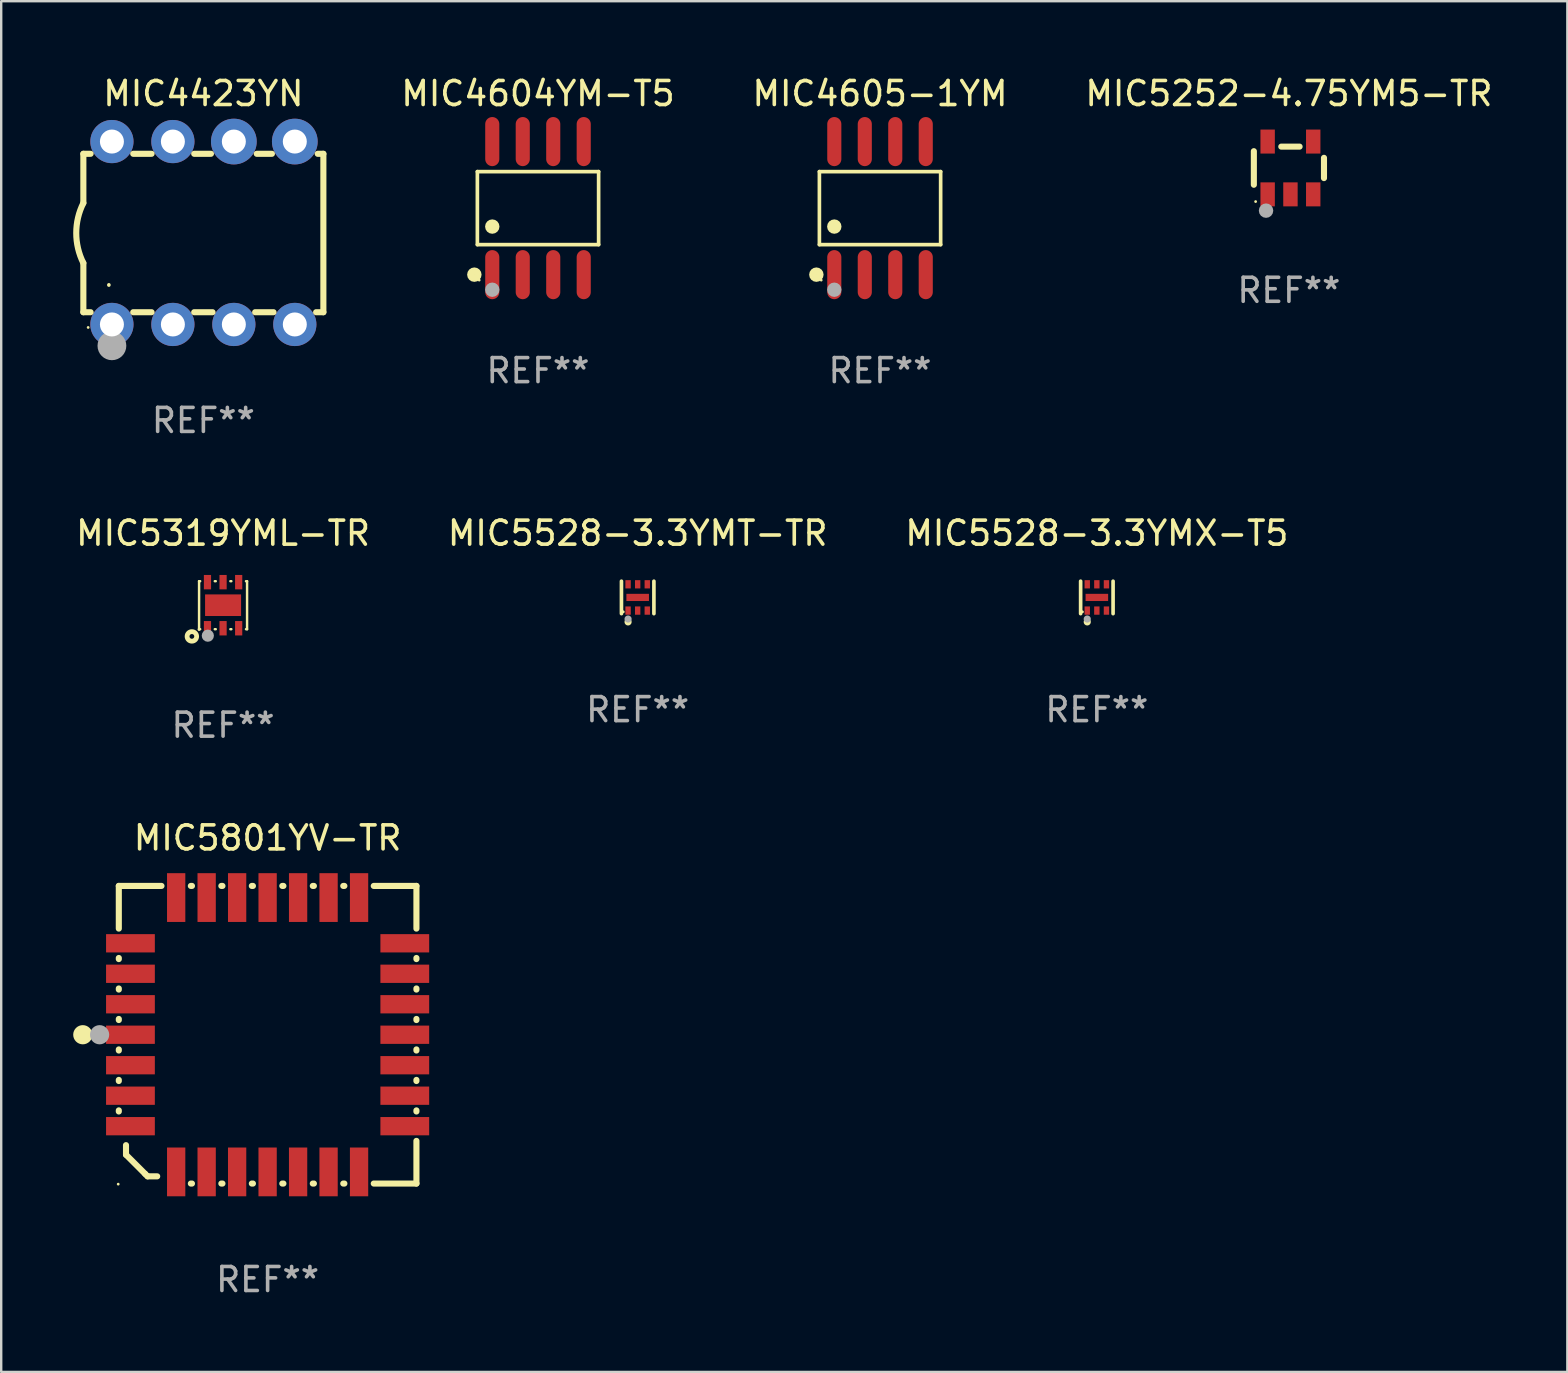
<source format=kicad_pcb>
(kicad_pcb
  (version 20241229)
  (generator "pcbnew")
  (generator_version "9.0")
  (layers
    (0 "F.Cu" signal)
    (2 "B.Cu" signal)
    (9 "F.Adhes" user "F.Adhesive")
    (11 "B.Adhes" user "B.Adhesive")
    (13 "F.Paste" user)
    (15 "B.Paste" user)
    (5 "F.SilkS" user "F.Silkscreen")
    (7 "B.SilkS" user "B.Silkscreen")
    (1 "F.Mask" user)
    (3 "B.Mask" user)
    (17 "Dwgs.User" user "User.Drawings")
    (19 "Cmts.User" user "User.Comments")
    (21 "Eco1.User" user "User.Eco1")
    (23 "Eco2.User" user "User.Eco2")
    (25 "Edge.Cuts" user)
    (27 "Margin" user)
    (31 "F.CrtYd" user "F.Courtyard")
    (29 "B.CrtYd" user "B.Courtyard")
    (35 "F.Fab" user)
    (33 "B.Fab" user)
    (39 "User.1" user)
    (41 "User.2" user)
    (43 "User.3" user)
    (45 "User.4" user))
  (footprint "MIC5252-4.75YM5-TR"
    (layer "F.Cu")
    (at 50.651 3.948)
    (property "Reference" "MIC5252-4.75YM5-TR" (at 0 -3.1 0) (layer "F.SilkS") (effects (font (size 1 1) (thickness 0.15))))
    (attr through_hole)
    (fp_line (start -1.461 -0.699) (end -1.461 0.699) (stroke (width 0.254) (type solid)) (layer "F.SilkS"))
    (fp_line (start -0.318 -0.889) (end 0.445 -0.889) (stroke (width 0.254) (type solid)) (layer "F.SilkS"))
    (fp_line (start 1.461 -0.422) (end 1.461 0.422) (stroke (width 0.254) (type solid)) (layer "F.SilkS"))
    (fp_circle (center -1.387 1.4) (end -1.357 1.4) (stroke (width 0.06) (type solid)) (fill no) (layer "F.SilkS"))
    (fp_circle (center -0.953 1.778) (end -0.802 1.778) (stroke (width 0.3) (type solid)) (fill no) (layer "F.Fab"))
    (fp_text user "REF**" (at 0 5.1 0) (layer "F.Fab") (effects (font (size 1 1) (thickness 0.15))))
    (pad "1" smd rect (at -0.886 1.1) (size 0.6 1) (layers "F.Cu" "F.Mask" "F.Paste"))
    (pad "2" smd rect (at 0.064 1.1) (size 0.6 1) (layers "F.Cu" "F.Mask" "F.Paste"))
    (pad "3" smd rect (at 1.013 1.1) (size 0.6 1) (layers "F.Cu" "F.Mask" "F.Paste"))
    (pad "4" smd rect (at 1.013 -1.1) (size 0.6 1) (layers "F.Cu" "F.Mask" "F.Paste"))
    (pad "5" smd rect (at -0.886 -1.1) (size 0.6 1) (layers "F.Cu" "F.Mask" "F.Paste")))
  (footprint "MIC5801YV-TR"
    (layer "F.Cu")
    (at 8.1 40.061)
    (property "Reference" "MIC5801YV-TR" (at 0 -8.2 0) (layer "F.SilkS") (effects (font (size 1 1) (thickness 0.15))))
    (attr through_hole)
    (fp_line (start -6.2 -6.2) (end -4.422 -6.2) (stroke (width 0.254) (type solid)) (layer "F.SilkS"))
    (fp_line (start -6.2 -4.422) (end -6.2 -6.2) (stroke (width 0.254) (type solid)) (layer "F.SilkS"))
    (fp_line (start -6.2 -3.152) (end -6.2 -3.198) (stroke (width 0.254) (type solid)) (layer "F.SilkS"))
    (fp_line (start -6.2 -1.882) (end -6.2 -1.928) (stroke (width 0.254) (type solid)) (layer "F.SilkS"))
    (fp_line (start -6.2 -0.612) (end -6.2 -0.658) (stroke (width 0.254) (type solid)) (layer "F.SilkS"))
    (fp_line (start -6.2 0.658) (end -6.2 0.612) (stroke (width 0.254) (type solid)) (layer "F.SilkS"))
    (fp_line (start -6.2 1.928) (end -6.2 1.882) (stroke (width 0.254) (type solid)) (layer "F.SilkS"))
    (fp_line (start -6.2 3.198) (end -6.2 3.152) (stroke (width 0.254) (type solid)) (layer "F.SilkS"))
    (fp_line (start -5.9 4.6) (end -5.9 5) (stroke (width 0.254) (type solid)) (layer "F.SilkS"))
    (fp_line (start -5.9 5) (end -5.1 5.8) (stroke (width 0.254) (type solid)) (layer "F.SilkS"))
    (fp_line (start -5.1 5.8) (end -5 5.9) (stroke (width 0.254) (type solid)) (layer "F.SilkS"))
    (fp_line (start -5 5.9) (end -4.6 5.9) (stroke (width 0.254) (type solid)) (layer "F.SilkS"))
    (fp_line (start -3.198 -6.2) (end -3.152 -6.2) (stroke (width 0.254) (type solid)) (layer "F.SilkS"))
    (fp_line (start -3.152 6.2) (end -3.198 6.2) (stroke (width 0.254) (type solid)) (layer "F.SilkS"))
    (fp_line (start -1.928 -6.2) (end -1.882 -6.2) (stroke (width 0.254) (type solid)) (layer "F.SilkS"))
    (fp_line (start -1.882 6.2) (end -1.928 6.2) (stroke (width 0.254) (type solid)) (layer "F.SilkS"))
    (fp_line (start -0.658 -6.2) (end -0.612 -6.2) (stroke (width 0.254) (type solid)) (layer "F.SilkS"))
    (fp_line (start -0.612 6.2) (end -0.658 6.2) (stroke (width 0.254) (type solid)) (layer "F.SilkS"))
    (fp_line (start 0.612 -6.2) (end 0.658 -6.2) (stroke (width 0.254) (type solid)) (layer "F.SilkS"))
    (fp_line (start 0.658 6.2) (end 0.612 6.2) (stroke (width 0.254) (type solid)) (layer "F.SilkS"))
    (fp_line (start 1.882 -6.2) (end 1.928 -6.2) (stroke (width 0.254) (type solid)) (layer "F.SilkS"))
    (fp_line (start 1.928 6.2) (end 1.882 6.2) (stroke (width 0.254) (type solid)) (layer "F.SilkS"))
    (fp_line (start 3.152 -6.2) (end 3.198 -6.2) (stroke (width 0.254) (type solid)) (layer "F.SilkS"))
    (fp_line (start 3.198 6.2) (end 3.152 6.2) (stroke (width 0.254) (type solid)) (layer "F.SilkS"))
    (fp_line (start 4.422 -6.2) (end 6.2 -6.2) (stroke (width 0.254) (type solid)) (layer "F.SilkS"))
    (fp_line (start 6.2 -6.2) (end 6.2 -4.422) (stroke (width 0.254) (type solid)) (layer "F.SilkS"))
    (fp_line (start 6.2 -3.198) (end 6.2 -3.152) (stroke (width 0.254) (type solid)) (layer "F.SilkS"))
    (fp_line (start 6.2 -1.928) (end 6.2 -1.882) (stroke (width 0.254) (type solid)) (layer "F.SilkS"))
    (fp_line (start 6.2 -0.658) (end 6.2 -0.612) (stroke (width 0.254) (type solid)) (layer "F.SilkS"))
    (fp_line (start 6.2 0.612) (end 6.2 0.658) (stroke (width 0.254) (type solid)) (layer "F.SilkS"))
    (fp_line (start 6.2 1.882) (end 6.2 1.928) (stroke (width 0.254) (type solid)) (layer "F.SilkS"))
    (fp_line (start 6.2 3.152) (end 6.2 3.198) (stroke (width 0.254) (type solid)) (layer "F.SilkS"))
    (fp_line (start 6.2 4.422) (end 6.2 6.2) (stroke (width 0.254) (type solid)) (layer "F.SilkS"))
    (fp_line (start 6.2 6.2) (end 4.422 6.2) (stroke (width 0.254) (type solid)) (layer "F.SilkS"))
    (fp_circle (center -7.7 0) (end -7.5 0) (stroke (width 0.4) (type solid)) (fill no) (layer "F.SilkS"))
    (fp_circle (center -6.225 6.225) (end -6.195 6.225) (stroke (width 0.06) (type solid)) (fill no) (layer "F.SilkS"))
    (fp_circle (center -7 0) (end -6.8 0) (stroke (width 0.4) (type solid)) (fill no) (layer "F.Fab"))
    (fp_text user "REF**" (at 0 10.2 0) (layer "F.Fab") (effects (font (size 1 1) (thickness 0.15))))
    (pad "1" smd rect (at -5.715 0) (size 2.032 0.762) (layers "F.Cu" "F.Mask" "F.Paste"))
    (pad "2" smd rect (at -5.715 1.27) (size 2.032 0.762) (layers "F.Cu" "F.Mask" "F.Paste"))
    (pad "3" smd rect (at -5.715 2.54) (size 2.032 0.762) (layers "F.Cu" "F.Mask" "F.Paste"))
    (pad "4" smd rect (at -5.715 3.81) (size 2.032 0.762) (layers "F.Cu" "F.Mask" "F.Paste"))
    (pad "5" smd rect (at -3.81 5.715) (size 0.762 2.032) (layers "F.Cu" "F.Mask" "F.Paste"))
    (pad "6" smd rect (at -2.54 5.715) (size 0.762 2.032) (layers "F.Cu" "F.Mask" "F.Paste"))
    (pad "7" smd rect (at -1.27 5.715) (size 0.762 2.032) (layers "F.Cu" "F.Mask" "F.Paste"))
    (pad "8" smd rect (at 0 5.715) (size 0.762 2.032) (layers "F.Cu" "F.Mask" "F.Paste"))
    (pad "9" smd rect (at 1.27 5.715) (size 0.762 2.032) (layers "F.Cu" "F.Mask" "F.Paste"))
    (pad "10" smd rect (at 2.54 5.715) (size 0.762 2.032) (layers "F.Cu" "F.Mask" "F.Paste"))
    (pad "11" smd rect (at 3.81 5.715) (size 0.762 2.032) (layers "F.Cu" "F.Mask" "F.Paste"))
    (pad "12" smd rect (at 5.715 3.81) (size 2.032 0.762) (layers "F.Cu" "F.Mask" "F.Paste"))
    (pad "13" smd rect (at 5.715 2.54) (size 2.032 0.762) (layers "F.Cu" "F.Mask" "F.Paste"))
    (pad "14" smd rect (at 5.715 1.27) (size 2.032 0.762) (layers "F.Cu" "F.Mask" "F.Paste"))
    (pad "15" smd rect (at 5.715 0) (size 2.032 0.762) (layers "F.Cu" "F.Mask" "F.Paste"))
    (pad "16" smd rect (at 5.715 -1.27) (size 2.032 0.762) (layers "F.Cu" "F.Mask" "F.Paste"))
    (pad "17" smd rect (at 5.715 -2.54) (size 2.032 0.762) (layers "F.Cu" "F.Mask" "F.Paste"))
    (pad "18" smd rect (at 5.715 -3.81) (size 2.032 0.762) (layers "F.Cu" "F.Mask" "F.Paste"))
    (pad "19" smd rect (at 3.81 -5.715) (size 0.762 2.032) (layers "F.Cu" "F.Mask" "F.Paste"))
    (pad "20" smd rect (at 2.54 -5.715) (size 0.762 2.032) (layers "F.Cu" "F.Mask" "F.Paste"))
    (pad "21" smd rect (at 1.27 -5.715) (size 0.762 2.032) (layers "F.Cu" "F.Mask" "F.Paste"))
    (pad "22" smd rect (at 0 -5.715) (size 0.762 2.032) (layers "F.Cu" "F.Mask" "F.Paste"))
    (pad "23" smd rect (at -1.27 -5.715) (size 0.762 2.032) (layers "F.Cu" "F.Mask" "F.Paste"))
    (pad "24" smd rect (at -2.54 -5.715) (size 0.762 2.032) (layers "F.Cu" "F.Mask" "F.Paste"))
    (pad "25" smd rect (at -3.81 -5.715) (size 0.762 2.032) (layers "F.Cu" "F.Mask" "F.Paste"))
    (pad "26" smd rect (at -5.715 -3.81) (size 2.032 0.762) (layers "F.Cu" "F.Mask" "F.Paste"))
    (pad "27" smd rect (at -5.715 -2.54) (size 2.032 0.762) (layers "F.Cu" "F.Mask" "F.Paste"))
    (pad "28" smd rect (at -5.715 -1.27) (size 2.032 0.762) (layers "F.Cu" "F.Mask" "F.Paste")))
  (footprint "MIC5528-3.3YMT-TR"
    (layer "F.Cu")
    (at 23.518 21.841)
    (property "Reference" "MIC5528-3.3YMT-TR" (at 0 -2.676 0) (layer "F.SilkS") (effects (font (size 1 1) (thickness 0.15))))
    (attr through_hole)
    (fp_line (start -0.676 0.676) (end -0.676 -0.676) (stroke (width 0.152) (type solid)) (layer "F.SilkS"))
    (fp_line (start 0.676 0.676) (end 0.676 -0.676) (stroke (width 0.152) (type solid)) (layer "F.SilkS"))
    (fp_circle (center -0.6 0.6) (end -0.57 0.6) (stroke (width 0.06) (type solid)) (fill no) (layer "F.SilkS"))
    (fp_circle (center -0.4 1.02) (end -0.325 1.02) (stroke (width 0.15) (type solid)) (fill no) (layer "F.SilkS"))
    (fp_circle (center -0.4 0.9) (end -0.325 0.9) (stroke (width 0.15) (type solid)) (fill no) (layer "F.Fab"))
    (fp_text user "REF**" (at 0 4.676 0) (layer "F.Fab") (effects (font (size 1 1) (thickness 0.15))))
    (pad "1" smd rect (at -0.4 0.548) (size 0.224 0.345) (layers "F.Cu" "F.Mask" "F.Paste"))
    (pad "2" smd rect (at 0 0.548) (size 0.224 0.345) (layers "F.Cu" "F.Mask" "F.Paste"))
    (pad "3" smd rect (at 0.4 0.548) (size 0.224 0.345) (layers "F.Cu" "F.Mask" "F.Paste"))
    (pad "4" smd rect (at 0.4 -0.547) (size 0.224 0.345) (layers "F.Cu" "F.Mask" "F.Paste"))
    (pad "5" smd rect (at 0 -0.547) (size 0.224 0.345) (layers "F.Cu" "F.Mask" "F.Paste"))
    (pad "6" smd rect (at -0.4 -0.547) (size 0.224 0.345) (layers "F.Cu" "F.Mask" "F.Paste"))
    (pad "7" smd rect (at 0 0) (size 0.94 0.3) (layers "F.Cu" "F.Mask" "F.Paste")))
  (footprint "MIC4423YN"
    (layer "F.Cu")
    (at 5.423 6.658)
    (property "Reference" "MIC4423YN" (at 0 -5.81 0) (layer "F.SilkS") (effects (font (size 1 1) (thickness 0.15))))
    (attr through_hole)
    (fp_line (start -5 -3.3) (end -5 -1.25) (stroke (width 0.254) (type solid)) (layer "F.SilkS"))
    (fp_line (start -5 -3.3) (end -4.698 -3.3) (stroke (width 0.254) (type solid)) (layer "F.SilkS"))
    (fp_line (start -5 3.3) (end -5 1.25) (stroke (width 0.254) (type solid)) (layer "F.SilkS"))
    (fp_line (start -5 3.3) (end -4.698 3.3) (stroke (width 0.254) (type solid)) (layer "F.SilkS"))
    (fp_line (start -2.922 -3.3) (end -2.158 -3.3) (stroke (width 0.254) (type solid)) (layer "F.SilkS"))
    (fp_line (start -2.922 3.3) (end -2.158 3.3) (stroke (width 0.254) (type solid)) (layer "F.SilkS"))
    (fp_line (start -0.382 -3.3) (end 0.316 -3.3) (stroke (width 0.254) (type solid)) (layer "F.SilkS"))
    (fp_line (start -0.382 3.3) (end 0.382 3.3) (stroke (width 0.254) (type solid)) (layer "F.SilkS"))
    (fp_line (start 2.158 3.3) (end 2.922 3.3) (stroke (width 0.254) (type solid)) (layer "F.SilkS"))
    (fp_line (start 2.224 -3.3) (end 2.856 -3.3) (stroke (width 0.254) (type solid)) (layer "F.SilkS"))
    (fp_line (start 4.698 3.3) (end 5 3.3) (stroke (width 0.254) (type solid)) (layer "F.SilkS"))
    (fp_line (start 4.764 -3.3) (end 5 -3.3) (stroke (width 0.254) (type solid)) (layer "F.SilkS"))
    (fp_line (start 5 -3.3) (end 5 3.3) (stroke (width 0.254) (type solid)) (layer "F.SilkS"))
    (fp_arc (start -5.00127 1.249682) (mid -5.295892 -0.000313) (end -5.000025 -1.250013) (stroke (width 0.254001) (type solid)) (layer "F.SilkS"))
    (fp_arc (start -3.937262 2.170256) (mid -3.937197 2.164629) (end -3.937008 2.159004) (stroke (width 0.149987) (type solid)) (layer "F.SilkS"))
    (fp_circle (center -4.8 3.935) (end -4.77 3.935) (stroke (width 0.06) (type solid)) (fill no) (layer "F.SilkS"))
    (fp_circle (center -3.81 4.699) (end -3.51 4.699) (stroke (width 0.6) (type solid)) (fill no) (layer "F.Fab"))
    (fp_text user "REF**" (at 0 7.81 0) (layer "F.Fab") (effects (font (size 1 1) (thickness 0.15))))
    (pad "1" thru_hole circle (at -3.81 3.81) (size 1.8 1.8) (drill 1) (layers "*.Cu" "*.Mask"))
    (pad "2" thru_hole circle (at -1.27 3.81) (size 1.8 1.8) (drill 1) (layers "*.Cu" "*.Mask"))
    (pad "3" thru_hole circle (at 1.27 3.81) (size 1.8 1.8) (drill 1) (layers "*.Cu" "*.Mask"))
    (pad "4" thru_hole circle (at 3.81 3.81) (size 1.8 1.8) (drill 1) (layers "*.Cu" "*.Mask"))
    (pad "5" thru_hole circle (at 3.81 -3.81) (size 1.905 1.905) (drill 1) (layers "*.Cu" "*.Mask"))
    (pad "6" thru_hole circle (at 1.27 -3.81) (size 1.905 1.905) (drill 1) (layers "*.Cu" "*.Mask"))
    (pad "7" thru_hole circle (at -1.27 -3.81) (size 1.8 1.8) (drill 1) (layers "*.Cu" "*.Mask"))
    (pad "8" thru_hole circle (at -3.81 -3.81) (size 1.8 1.8) (drill 1) (layers "*.Cu" "*.Mask")))
  (footprint "MIC4604YM-T5"
    (layer "F.Cu")
    (at 19.365 5.621)
    (property "Reference" "MIC4604YM-T5" (at 0 -4.772 0) (layer "F.SilkS") (effects (font (size 1 1) (thickness 0.15))))
    (attr through_hole)
    (fp_line (start -2.526 -1.521) (end 2.526 -1.521) (stroke (width 0.152) (type solid)) (layer "F.SilkS"))
    (fp_line (start -2.526 1.521) (end -2.526 -1.521) (stroke (width 0.152) (type solid)) (layer "F.SilkS"))
    (fp_line (start 2.526 -1.521) (end 2.526 1.521) (stroke (width 0.152) (type solid)) (layer "F.SilkS"))
    (fp_line (start 2.526 1.521) (end -2.526 1.521) (stroke (width 0.152) (type solid)) (layer "F.SilkS"))
    (fp_circle (center -2.652 2.772) (end -2.501 2.772) (stroke (width 0.3) (type solid)) (fill no) (layer "F.SilkS"))
    (fp_circle (center -2.45 3) (end -2.42 3) (stroke (width 0.06) (type solid)) (fill no) (layer "F.SilkS"))
    (fp_circle (center -1.905 0.769) (end -1.755 0.769) (stroke (width 0.3) (type solid)) (fill no) (layer "F.SilkS"))
    (fp_circle (center -1.905 3.4) (end -1.755 3.4) (stroke (width 0.3) (type solid)) (fill no) (layer "F.Fab"))
    (fp_text user "REF**" (at 0 6.772 0) (layer "F.Fab") (effects (font (size 1 1) (thickness 0.15))))
    (pad "1" smd oval (at -1.905 2.772) (size 0.588 2.045) (layers "F.Cu" "F.Mask" "F.Paste"))
    (pad "2" smd oval (at -0.635 2.772) (size 0.588 2.045) (layers "F.Cu" "F.Mask" "F.Paste"))
    (pad "3" smd oval (at 0.635 2.772) (size 0.588 2.045) (layers "F.Cu" "F.Mask" "F.Paste"))
    (pad "4" smd oval (at 1.905 2.772) (size 0.588 2.045) (layers "F.Cu" "F.Mask" "F.Paste"))
    (pad "5" smd oval (at 1.905 -2.772) (size 0.588 2.045) (layers "F.Cu" "F.Mask" "F.Paste"))
    (pad "6" smd oval (at 0.635 -2.772) (size 0.588 2.045) (layers "F.Cu" "F.Mask" "F.Paste"))
    (pad "7" smd oval (at -0.635 -2.772) (size 0.588 2.045) (layers "F.Cu" "F.Mask" "F.Paste"))
    (pad "8" smd oval (at -1.905 -2.772) (size 0.588 2.045) (layers "F.Cu" "F.Mask" "F.Paste")))
  (footprint "MIC5319YML-TR"
    (layer "F.Cu")
    (at 6.244 22.165)
    (property "Reference" "MIC5319YML-TR" (at 0 -3 0) (layer "F.SilkS") (effects (font (size 1 1) (thickness 0.15))))
    (attr through_hole)
    (fp_line (start -1 -1) (end -0.955 -1) (stroke (width 0.102) (type solid)) (layer "F.SilkS"))
    (fp_line (start -1 1) (end -1 -1) (stroke (width 0.102) (type solid)) (layer "F.SilkS"))
    (fp_line (start -0.955 1) (end -1 1) (stroke (width 0.102) (type solid)) (layer "F.SilkS"))
    (fp_line (start -0.345 -1) (end -0.305 -1) (stroke (width 0.102) (type solid)) (layer "F.SilkS"))
    (fp_line (start -0.305 1) (end -0.345 1) (stroke (width 0.102) (type solid)) (layer "F.SilkS"))
    (fp_line (start 0.305 -1) (end 0.345 -1) (stroke (width 0.102) (type solid)) (layer "F.SilkS"))
    (fp_line (start 0.345 1) (end 0.305 1) (stroke (width 0.102) (type solid)) (layer "F.SilkS"))
    (fp_line (start 0.955 -1) (end 1 -1) (stroke (width 0.102) (type solid)) (layer "F.SilkS"))
    (fp_line (start 1 -1) (end 1 1) (stroke (width 0.102) (type solid)) (layer "F.SilkS"))
    (fp_line (start 1 1) (end 0.955 1) (stroke (width 0.102) (type solid)) (layer "F.SilkS"))
    (fp_circle (center -1.3 1.3) (end -1.201 1.3) (stroke (width 0.2) (type solid)) (fill no) (layer "F.SilkS"))
    (fp_circle (center -1.002 1.01) (end -0.972 1.01) (stroke (width 0.06) (type solid)) (fill no) (layer "F.SilkS"))
    (fp_circle (center -0.635 1.27) (end -0.508 1.27) (stroke (width 0.254) (type solid)) (fill no) (layer "F.Fab"))
    (fp_text user "REF**" (at 0 5 0) (layer "F.Fab") (effects (font (size 1 1) (thickness 0.15))))
    (pad "1" smd rect (at -0.65 0.96 90) (size 0.6 0.3) (layers "F.Cu" "F.Mask" "F.Paste"))
    (pad "2" smd rect (at 0.000127 0.96 90) (size 0.6 0.3) (layers "F.Cu" "F.Mask" "F.Paste"))
    (pad "3" smd rect (at 0.65 0.96 90) (size 0.6 0.3) (layers "F.Cu" "F.Mask" "F.Paste"))
    (pad "4" smd rect (at 0.65 -0.96 90) (size 0.6 0.3) (layers "F.Cu" "F.Mask" "F.Paste"))
    (pad "5" smd rect (at 0.000127 -0.96 90) (size 0.6 0.3) (layers "F.Cu" "F.Mask" "F.Paste"))
    (pad "6" smd rect (at -0.65 -0.96 90) (size 0.6 0.3) (layers "F.Cu" "F.Mask" "F.Paste"))
    (pad "7" smd rect (at 0.000127 0.000254 180) (size 1.5 0.9) (layers "F.Cu" "F.Mask" "F.Paste")))
  (footprint "MIC4605-1YM"
    (layer "F.Cu")
    (at 33.615 5.621)
    (property "Reference" "MIC4605-1YM" (at 0 -4.772 0) (layer "F.SilkS") (effects (font (size 1 1) (thickness 0.15))))
    (attr through_hole)
    (fp_line (start -2.526 -1.521) (end 2.526 -1.521) (stroke (width 0.152) (type solid)) (layer "F.SilkS"))
    (fp_line (start -2.526 1.521) (end -2.526 -1.521) (stroke (width 0.152) (type solid)) (layer "F.SilkS"))
    (fp_line (start 2.526 -1.521) (end 2.526 1.521) (stroke (width 0.152) (type solid)) (layer "F.SilkS"))
    (fp_line (start 2.526 1.521) (end -2.526 1.521) (stroke (width 0.152) (type solid)) (layer "F.SilkS"))
    (fp_circle (center -2.652 2.772) (end -2.501 2.772) (stroke (width 0.3) (type solid)) (fill no) (layer "F.SilkS"))
    (fp_circle (center -2.45 3) (end -2.42 3) (stroke (width 0.06) (type solid)) (fill no) (layer "F.SilkS"))
    (fp_circle (center -1.905 0.769) (end -1.755 0.769) (stroke (width 0.3) (type solid)) (fill no) (layer "F.SilkS"))
    (fp_circle (center -1.905 3.4) (end -1.755 3.4) (stroke (width 0.3) (type solid)) (fill no) (layer "F.Fab"))
    (fp_text user "REF**" (at 0 6.772 0) (layer "F.Fab") (effects (font (size 1 1) (thickness 0.15))))
    (pad "1" smd oval (at -1.905 2.772) (size 0.588 2.045) (layers "F.Cu" "F.Mask" "F.Paste"))
    (pad "2" smd oval (at -0.635 2.772) (size 0.588 2.045) (layers "F.Cu" "F.Mask" "F.Paste"))
    (pad "3" smd oval (at 0.635 2.772) (size 0.588 2.045) (layers "F.Cu" "F.Mask" "F.Paste"))
    (pad "4" smd oval (at 1.905 2.772) (size 0.588 2.045) (layers "F.Cu" "F.Mask" "F.Paste"))
    (pad "5" smd oval (at 1.905 -2.772) (size 0.588 2.045) (layers "F.Cu" "F.Mask" "F.Paste"))
    (pad "6" smd oval (at 0.635 -2.772) (size 0.588 2.045) (layers "F.Cu" "F.Mask" "F.Paste"))
    (pad "7" smd oval (at -0.635 -2.772) (size 0.588 2.045) (layers "F.Cu" "F.Mask" "F.Paste"))
    (pad "8" smd oval (at -1.905 -2.772) (size 0.588 2.045) (layers "F.Cu" "F.Mask" "F.Paste")))
  (footprint "MIC5528-3.3YMX-T5"
    (layer "F.Cu")
    (at 42.649 21.841)
    (property "Reference" "MIC5528-3.3YMX-T5" (at 0 -2.676 0) (layer "F.SilkS") (effects (font (size 1 1) (thickness 0.15))))
    (attr through_hole)
    (fp_line (start -0.676 0.676) (end -0.676 -0.676) (stroke (width 0.152) (type solid)) (layer "F.SilkS"))
    (fp_line (start 0.676 0.676) (end 0.676 -0.676) (stroke (width 0.152) (type solid)) (layer "F.SilkS"))
    (fp_circle (center -0.6 0.6) (end -0.57 0.6) (stroke (width 0.06) (type solid)) (fill no) (layer "F.SilkS"))
    (fp_circle (center -0.4 1.02) (end -0.325 1.02) (stroke (width 0.15) (type solid)) (fill no) (layer "F.SilkS"))
    (fp_circle (center -0.4 0.9) (end -0.325 0.9) (stroke (width 0.15) (type solid)) (fill no) (layer "F.Fab"))
    (fp_text user "REF**" (at 0 4.676 0) (layer "F.Fab") (effects (font (size 1 1) (thickness 0.15))))
    (pad "1" smd rect (at -0.4 0.548) (size 0.224 0.345) (layers "F.Cu" "F.Mask" "F.Paste"))
    (pad "2" smd rect (at 0 0.548) (size 0.224 0.345) (layers "F.Cu" "F.Mask" "F.Paste"))
    (pad "3" smd rect (at 0.4 0.548) (size 0.224 0.345) (layers "F.Cu" "F.Mask" "F.Paste"))
    (pad "4" smd rect (at 0.4 -0.547) (size 0.224 0.345) (layers "F.Cu" "F.Mask" "F.Paste"))
    (pad "5" smd rect (at 0 -0.547) (size 0.224 0.345) (layers "F.Cu" "F.Mask" "F.Paste"))
    (pad "6" smd rect (at -0.4 -0.547) (size 0.224 0.345) (layers "F.Cu" "F.Mask" "F.Paste"))
    (pad "7" smd rect (at 0 0) (size 0.94 0.3) (layers "F.Cu" "F.Mask" "F.Paste")))
  (gr_rect
    (start -3 -3)
    (end 62.252 54.11)
    (stroke (width 0.1) (type default))
    (fill no)
    (layer "Edge.Cuts")))
</source>
